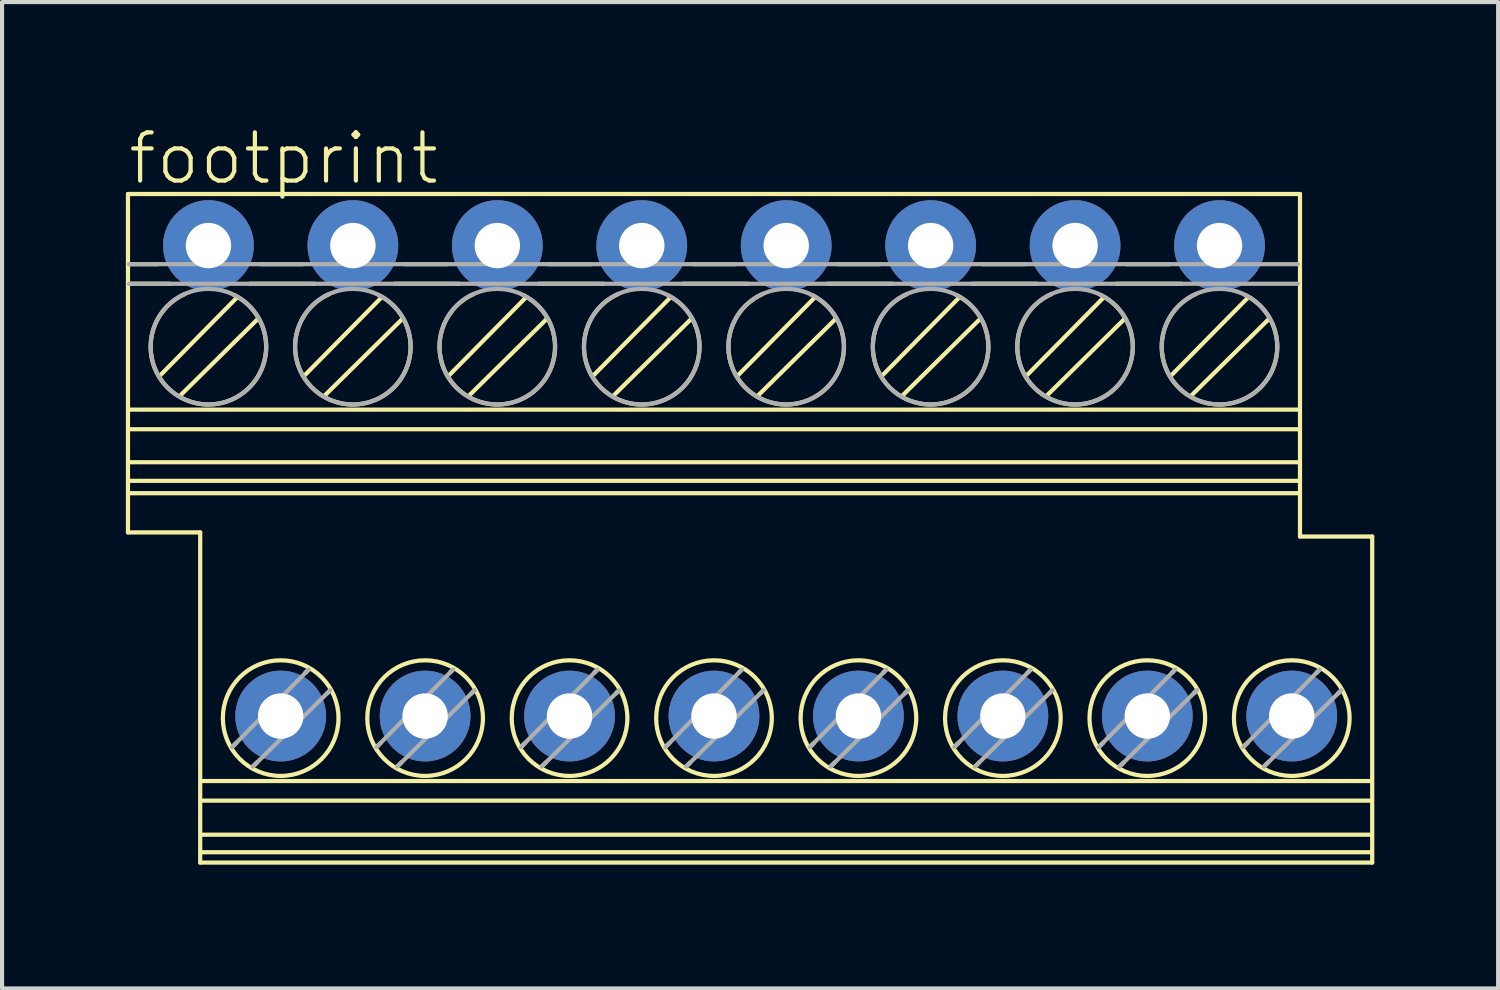
<source format=kicad_pcb>
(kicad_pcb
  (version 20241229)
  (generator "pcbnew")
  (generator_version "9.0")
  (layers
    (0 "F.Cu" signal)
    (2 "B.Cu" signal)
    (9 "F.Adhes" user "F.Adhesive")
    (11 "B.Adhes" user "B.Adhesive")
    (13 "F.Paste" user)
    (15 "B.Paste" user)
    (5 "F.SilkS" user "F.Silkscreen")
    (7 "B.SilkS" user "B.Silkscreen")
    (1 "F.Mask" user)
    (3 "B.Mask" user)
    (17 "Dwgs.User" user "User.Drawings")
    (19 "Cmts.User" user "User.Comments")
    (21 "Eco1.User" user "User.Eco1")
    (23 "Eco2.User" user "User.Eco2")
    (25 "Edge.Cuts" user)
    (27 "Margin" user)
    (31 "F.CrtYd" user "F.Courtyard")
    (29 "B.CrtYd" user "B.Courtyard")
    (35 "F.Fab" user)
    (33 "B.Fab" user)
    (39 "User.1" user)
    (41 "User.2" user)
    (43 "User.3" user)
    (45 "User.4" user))
  (footprint "footprint"
    (layer "F.Cu")
    (at 14.251 9.751)
    (property "Reference" "footprint" (at -14.251 -8.278 0) (layer "F.SilkS") (effects (font (size 1.168 1.168) (thickness 0.102)) (justify left bottom)))
    (fp_line (start -14.2 -8.1) (end 14.2 -8.1) (stroke (width 0.102) (type solid)) (layer "F.SilkS"))
    (fp_line (start -14.2 0.1) (end -14.2 -8.1) (stroke (width 0.102) (type solid)) (layer "F.SilkS"))
    (fp_line (start -14.175 -6.4) (end -13.475 -6.4) (stroke (width 0.102) (type solid)) (layer "F.SilkS"))
    (fp_line (start -14.175 -5.925) (end -13.175 -5.925) (stroke (width 0.102) (type solid)) (layer "F.SilkS"))
    (fp_line (start -14.15 -2.875) (end 14.175 -2.875) (stroke (width 0.102) (type solid)) (layer "F.SilkS"))
    (fp_line (start -14.15 -2.4) (end 14.175 -2.4) (stroke (width 0.102) (type solid)) (layer "F.SilkS"))
    (fp_line (start -14.15 -1.6) (end 14.175 -1.6) (stroke (width 0.102) (type solid)) (layer "F.SilkS"))
    (fp_line (start -14.15 -0.85) (end 14.175 -0.85) (stroke (width 0.102) (type solid)) (layer "F.SilkS"))
    (fp_line (start -13.425 -3.7) (end -11.575 -5.575) (stroke (width 0.102) (type solid)) (layer "F.SilkS"))
    (fp_line (start -12.925 -3.225) (end -11.05 -5.075) (stroke (width 0.102) (type solid)) (layer "F.SilkS"))
    (fp_line (start -12.45 0.1) (end -14.2 0.1) (stroke (width 0.102) (type solid)) (layer "F.SilkS"))
    (fp_line (start -12.45 8.1) (end -12.45 0.1) (stroke (width 0.102) (type solid)) (layer "F.SilkS"))
    (fp_line (start -12.4 6.125) (end 15.925 6.125) (stroke (width 0.102) (type solid)) (layer "F.SilkS"))
    (fp_line (start -12.4 6.6) (end 15.925 6.6) (stroke (width 0.102) (type solid)) (layer "F.SilkS"))
    (fp_line (start -12.4 7.425) (end 15.925 7.425) (stroke (width 0.102) (type solid)) (layer "F.SilkS"))
    (fp_line (start -12.4 7.85) (end 15.925 7.85) (stroke (width 0.102) (type solid)) (layer "F.SilkS"))
    (fp_line (start -11.675 5.3) (end -11.575 5.2) (stroke (width 0.102) (type solid)) (layer "F.SilkS"))
    (fp_line (start -11.25 -5.925) (end -9.675 -5.925) (stroke (width 0.102) (type solid)) (layer "F.SilkS"))
    (fp_line (start -11.175 5.775) (end -11.075 5.675) (stroke (width 0.102) (type solid)) (layer "F.SilkS"))
    (fp_line (start -11 -6.4) (end -9.975 -6.4) (stroke (width 0.102) (type solid)) (layer "F.SilkS"))
    (fp_line (start -9.925 -3.7) (end -8.075 -5.575) (stroke (width 0.102) (type solid)) (layer "F.SilkS"))
    (fp_line (start -9.9 3.5) (end -9.825 3.425) (stroke (width 0.102) (type solid)) (layer "F.SilkS"))
    (fp_line (start -9.425 -3.225) (end -7.55 -5.075) (stroke (width 0.102) (type solid)) (layer "F.SilkS"))
    (fp_line (start -9.375 4) (end -9.3 3.925) (stroke (width 0.102) (type solid)) (layer "F.SilkS"))
    (fp_line (start -8.175 5.3) (end -8.075 5.2) (stroke (width 0.102) (type solid)) (layer "F.SilkS"))
    (fp_line (start -7.75 -5.925) (end -6.175 -5.925) (stroke (width 0.102) (type solid)) (layer "F.SilkS"))
    (fp_line (start -7.675 5.775) (end -7.575 5.675) (stroke (width 0.102) (type solid)) (layer "F.SilkS"))
    (fp_line (start -7.5 -6.4) (end -6.475 -6.4) (stroke (width 0.102) (type solid)) (layer "F.SilkS"))
    (fp_line (start -6.425 -3.7) (end -4.575 -5.575) (stroke (width 0.102) (type solid)) (layer "F.SilkS"))
    (fp_line (start -6.4 3.5) (end -6.325 3.425) (stroke (width 0.102) (type solid)) (layer "F.SilkS"))
    (fp_line (start -5.925 -3.225) (end -4.05 -5.075) (stroke (width 0.102) (type solid)) (layer "F.SilkS"))
    (fp_line (start -5.875 4) (end -5.8 3.925) (stroke (width 0.102) (type solid)) (layer "F.SilkS"))
    (fp_line (start -4.675 5.3) (end -4.575 5.2) (stroke (width 0.102) (type solid)) (layer "F.SilkS"))
    (fp_line (start -4.25 -5.925) (end -2.675 -5.925) (stroke (width 0.102) (type solid)) (layer "F.SilkS"))
    (fp_line (start -4.175 5.775) (end -4.075 5.675) (stroke (width 0.102) (type solid)) (layer "F.SilkS"))
    (fp_line (start -4 -6.4) (end -2.975 -6.4) (stroke (width 0.102) (type solid)) (layer "F.SilkS"))
    (fp_line (start -2.925 -3.7) (end -1.075 -5.575) (stroke (width 0.102) (type solid)) (layer "F.SilkS"))
    (fp_line (start -2.9 3.5) (end -2.825 3.425) (stroke (width 0.102) (type solid)) (layer "F.SilkS"))
    (fp_line (start -2.425 -3.225) (end -0.55 -5.075) (stroke (width 0.102) (type solid)) (layer "F.SilkS"))
    (fp_line (start -2.375 4) (end -2.3 3.925) (stroke (width 0.102) (type solid)) (layer "F.SilkS"))
    (fp_line (start -1.175 5.3) (end -1.075 5.2) (stroke (width 0.102) (type solid)) (layer "F.SilkS"))
    (fp_line (start -0.75 -5.925) (end 0.825 -5.925) (stroke (width 0.102) (type solid)) (layer "F.SilkS"))
    (fp_line (start -0.675 5.775) (end -0.575 5.675) (stroke (width 0.102) (type solid)) (layer "F.SilkS"))
    (fp_line (start -0.5 -6.4) (end 0.525 -6.4) (stroke (width 0.102) (type solid)) (layer "F.SilkS"))
    (fp_line (start 0.575 -3.7) (end 2.425 -5.575) (stroke (width 0.102) (type solid)) (layer "F.SilkS"))
    (fp_line (start 0.6 3.5) (end 0.675 3.425) (stroke (width 0.102) (type solid)) (layer "F.SilkS"))
    (fp_line (start 1.075 -3.225) (end 2.95 -5.075) (stroke (width 0.102) (type solid)) (layer "F.SilkS"))
    (fp_line (start 1.125 4) (end 1.2 3.925) (stroke (width 0.102) (type solid)) (layer "F.SilkS"))
    (fp_line (start 2.325 5.3) (end 2.425 5.2) (stroke (width 0.102) (type solid)) (layer "F.SilkS"))
    (fp_line (start 2.75 -5.925) (end 4.325 -5.925) (stroke (width 0.102) (type solid)) (layer "F.SilkS"))
    (fp_line (start 2.825 5.775) (end 2.925 5.675) (stroke (width 0.102) (type solid)) (layer "F.SilkS"))
    (fp_line (start 3 -6.4) (end 4.025 -6.4) (stroke (width 0.102) (type solid)) (layer "F.SilkS"))
    (fp_line (start 4.075 -3.7) (end 5.925 -5.575) (stroke (width 0.102) (type solid)) (layer "F.SilkS"))
    (fp_line (start 4.1 3.5) (end 4.175 3.425) (stroke (width 0.102) (type solid)) (layer "F.SilkS"))
    (fp_line (start 4.575 -3.225) (end 6.45 -5.075) (stroke (width 0.102) (type solid)) (layer "F.SilkS"))
    (fp_line (start 4.625 4) (end 4.7 3.925) (stroke (width 0.102) (type solid)) (layer "F.SilkS"))
    (fp_line (start 5.825 5.3) (end 5.925 5.2) (stroke (width 0.102) (type solid)) (layer "F.SilkS"))
    (fp_line (start 6.25 -5.925) (end 7.825 -5.925) (stroke (width 0.102) (type solid)) (layer "F.SilkS"))
    (fp_line (start 6.325 5.775) (end 6.425 5.675) (stroke (width 0.102) (type solid)) (layer "F.SilkS"))
    (fp_line (start 6.5 -6.4) (end 7.525 -6.4) (stroke (width 0.102) (type solid)) (layer "F.SilkS"))
    (fp_line (start 7.575 -3.7) (end 9.425 -5.575) (stroke (width 0.102) (type solid)) (layer "F.SilkS"))
    (fp_line (start 7.6 3.5) (end 7.675 3.425) (stroke (width 0.102) (type solid)) (layer "F.SilkS"))
    (fp_line (start 8.075 -3.225) (end 9.95 -5.075) (stroke (width 0.102) (type solid)) (layer "F.SilkS"))
    (fp_line (start 8.125 4) (end 8.2 3.925) (stroke (width 0.102) (type solid)) (layer "F.SilkS"))
    (fp_line (start 9.325 5.3) (end 9.425 5.2) (stroke (width 0.102) (type solid)) (layer "F.SilkS"))
    (fp_line (start 9.75 -5.925) (end 11.325 -5.925) (stroke (width 0.102) (type solid)) (layer "F.SilkS"))
    (fp_line (start 9.825 5.775) (end 9.925 5.675) (stroke (width 0.102) (type solid)) (layer "F.SilkS"))
    (fp_line (start 10 -6.4) (end 11.025 -6.4) (stroke (width 0.102) (type solid)) (layer "F.SilkS"))
    (fp_line (start 11.075 -3.7) (end 12.925 -5.575) (stroke (width 0.102) (type solid)) (layer "F.SilkS"))
    (fp_line (start 11.1 3.5) (end 11.175 3.425) (stroke (width 0.102) (type solid)) (layer "F.SilkS"))
    (fp_line (start 11.575 -3.225) (end 13.45 -5.075) (stroke (width 0.102) (type solid)) (layer "F.SilkS"))
    (fp_line (start 11.625 4) (end 11.7 3.925) (stroke (width 0.102) (type solid)) (layer "F.SilkS"))
    (fp_line (start 12.825 5.3) (end 12.925 5.2) (stroke (width 0.102) (type solid)) (layer "F.SilkS"))
    (fp_line (start 13.325 5.775) (end 13.425 5.675) (stroke (width 0.102) (type solid)) (layer "F.SilkS"))
    (fp_line (start 14.175 -1.15) (end -14.15 -1.15) (stroke (width 0.102) (type solid)) (layer "F.SilkS"))
    (fp_line (start 14.2 -8.1) (end 14.2 0.2) (stroke (width 0.102) (type solid)) (layer "F.SilkS"))
    (fp_line (start 14.2 0.2) (end 15.95 0.2) (stroke (width 0.102) (type solid)) (layer "F.SilkS"))
    (fp_line (start 14.6 3.5) (end 14.675 3.425) (stroke (width 0.102) (type solid)) (layer "F.SilkS"))
    (fp_line (start 15.125 4) (end 15.2 3.925) (stroke (width 0.102) (type solid)) (layer "F.SilkS"))
    (fp_line (start 15.95 0.2) (end 15.95 8.1) (stroke (width 0.102) (type solid)) (layer "F.SilkS"))
    (fp_line (start 15.95 8.1) (end -12.45 8.1) (stroke (width 0.102) (type solid)) (layer "F.SilkS"))
    (fp_arc (start -11.624999 -5.65) (mid -12.280481 -2.999357) (end -12.825 -5.675) (stroke (width 0.1016) (type solid)) (layer "F.SilkS"))
    (fp_arc (start -8.124999 -5.65) (mid -8.780481 -2.999357) (end -9.325 -5.675) (stroke (width 0.1016) (type solid)) (layer "F.SilkS"))
    (fp_arc (start -4.624999 -5.65) (mid -5.280481 -2.999357) (end -5.825 -5.675) (stroke (width 0.1016) (type solid)) (layer "F.SilkS"))
    (fp_arc (start -1.124999 -5.65) (mid -1.780481 -2.999357) (end -2.325 -5.675) (stroke (width 0.1016) (type solid)) (layer "F.SilkS"))
    (fp_arc (start 2.375001 -5.65) (mid 1.719517 -2.999357) (end 1.175 -5.675) (stroke (width 0.1016) (type solid)) (layer "F.SilkS"))
    (fp_arc (start 5.875001 -5.65) (mid 5.219517 -2.999357) (end 4.675 -5.675) (stroke (width 0.1016) (type solid)) (layer "F.SilkS"))
    (fp_arc (start 9.375001 -5.65) (mid 8.719517 -2.999357) (end 8.175 -5.675) (stroke (width 0.1016) (type solid)) (layer "F.SilkS"))
    (fp_arc (start 12.875001 -5.65) (mid 12.219517 -2.999357) (end 11.675 -5.675) (stroke (width 0.1016) (type solid)) (layer "F.SilkS"))
    (fp_circle (center -10.5 4.6) (end -9.099 4.6) (stroke (width 0.102) (type solid)) (fill no) (layer "F.SilkS"))
    (fp_circle (center -7 4.6) (end -5.599 4.6) (stroke (width 0.102) (type solid)) (fill no) (layer "F.SilkS"))
    (fp_circle (center -3.5 4.6) (end -2.099 4.6) (stroke (width 0.102) (type solid)) (fill no) (layer "F.SilkS"))
    (fp_circle (center 0 4.6) (end 1.401 4.6) (stroke (width 0.102) (type solid)) (fill no) (layer "F.SilkS"))
    (fp_circle (center 3.5 4.6) (end 4.901 4.6) (stroke (width 0.102) (type solid)) (fill no) (layer "F.SilkS"))
    (fp_circle (center 7 4.6) (end 8.401 4.6) (stroke (width 0.102) (type solid)) (fill no) (layer "F.SilkS"))
    (fp_circle (center 10.5 4.6) (end 11.901 4.6) (stroke (width 0.102) (type solid)) (fill no) (layer "F.SilkS"))
    (fp_circle (center 14 4.6) (end 15.401 4.6) (stroke (width 0.102) (type solid)) (fill no) (layer "F.SilkS"))
    (fp_line (start -14.175 -6.4) (end 14.15 -6.4) (stroke (width 0.102) (type solid)) (layer "F.Fab"))
    (fp_line (start -14.175 -5.925) (end 14.15 -5.925) (stroke (width 0.102) (type solid)) (layer "F.Fab"))
    (fp_line (start -11.675 5.3) (end -9.825 3.425) (stroke (width 0.102) (type solid)) (layer "F.Fab"))
    (fp_line (start -11.175 5.775) (end -9.3 3.925) (stroke (width 0.102) (type solid)) (layer "F.Fab"))
    (fp_line (start -8.175 5.3) (end -6.325 3.425) (stroke (width 0.102) (type solid)) (layer "F.Fab"))
    (fp_line (start -7.675 5.775) (end -5.8 3.925) (stroke (width 0.102) (type solid)) (layer "F.Fab"))
    (fp_line (start -4.675 5.3) (end -2.825 3.425) (stroke (width 0.102) (type solid)) (layer "F.Fab"))
    (fp_line (start -4.175 5.775) (end -2.3 3.925) (stroke (width 0.102) (type solid)) (layer "F.Fab"))
    (fp_line (start -1.175 5.3) (end 0.675 3.425) (stroke (width 0.102) (type solid)) (layer "F.Fab"))
    (fp_line (start -0.675 5.775) (end 1.2 3.925) (stroke (width 0.102) (type solid)) (layer "F.Fab"))
    (fp_line (start 2.325 5.3) (end 4.175 3.425) (stroke (width 0.102) (type solid)) (layer "F.Fab"))
    (fp_line (start 2.825 5.775) (end 4.7 3.925) (stroke (width 0.102) (type solid)) (layer "F.Fab"))
    (fp_line (start 5.825 5.3) (end 7.675 3.425) (stroke (width 0.102) (type solid)) (layer "F.Fab"))
    (fp_line (start 6.325 5.775) (end 8.2 3.925) (stroke (width 0.102) (type solid)) (layer "F.Fab"))
    (fp_line (start 9.325 5.3) (end 11.175 3.425) (stroke (width 0.102) (type solid)) (layer "F.Fab"))
    (fp_line (start 9.825 5.775) (end 11.7 3.925) (stroke (width 0.102) (type solid)) (layer "F.Fab"))
    (fp_line (start 12.825 5.3) (end 14.675 3.425) (stroke (width 0.102) (type solid)) (layer "F.Fab"))
    (fp_line (start 13.325 5.775) (end 15.2 3.925) (stroke (width 0.102) (type solid)) (layer "F.Fab"))
    (fp_circle (center -12.25 -4.4) (end -10.849 -4.4) (stroke (width 0.102) (type solid)) (fill no) (layer "F.Fab"))
    (fp_circle (center -8.75 -4.4) (end -7.349 -4.4) (stroke (width 0.102) (type solid)) (fill no) (layer "F.Fab"))
    (fp_circle (center -5.25 -4.4) (end -3.849 -4.4) (stroke (width 0.102) (type solid)) (fill no) (layer "F.Fab"))
    (fp_circle (center -1.75 -4.4) (end -0.349 -4.4) (stroke (width 0.102) (type solid)) (fill no) (layer "F.Fab"))
    (fp_circle (center 1.75 -4.4) (end 3.151 -4.4) (stroke (width 0.102) (type solid)) (fill no) (layer "F.Fab"))
    (fp_circle (center 5.25 -4.4) (end 6.651 -4.4) (stroke (width 0.102) (type solid)) (fill no) (layer "F.Fab"))
    (fp_circle (center 8.75 -4.4) (end 10.151 -4.4) (stroke (width 0.102) (type solid)) (fill no) (layer "F.Fab"))
    (fp_circle (center 12.25 -4.4) (end 13.651 -4.4) (stroke (width 0.102) (type solid)) (fill no) (layer "F.Fab"))
    (pad "1" thru_hole circle (at -12.25 -6.85) (size 2.2 2.2) (drill 1.1) (layers "*.Cu" "*.Mask"))
    (pad "2" thru_hole circle (at -10.5 4.55) (size 2.2 2.2) (drill 1.1) (layers "*.Cu" "*.Mask"))
    (pad "3" thru_hole circle (at -8.75 -6.85) (size 2.2 2.2) (drill 1.1) (layers "*.Cu" "*.Mask"))
    (pad "4" thru_hole circle (at -7 4.55) (size 2.2 2.2) (drill 1.1) (layers "*.Cu" "*.Mask"))
    (pad "5" thru_hole circle (at -5.25 -6.85) (size 2.2 2.2) (drill 1.1) (layers "*.Cu" "*.Mask"))
    (pad "6" thru_hole circle (at -3.5 4.55) (size 2.2 2.2) (drill 1.1) (layers "*.Cu" "*.Mask"))
    (pad "7" thru_hole circle (at -1.75 -6.85) (size 2.2 2.2) (drill 1.1) (layers "*.Cu" "*.Mask"))
    (pad "8" thru_hole circle (at 0 4.55) (size 2.2 2.2) (drill 1.1) (layers "*.Cu" "*.Mask"))
    (pad "9" thru_hole circle (at 1.75 -6.85) (size 2.2 2.2) (drill 1.1) (layers "*.Cu" "*.Mask"))
    (pad "10" thru_hole circle (at 3.5 4.55) (size 2.2 2.2) (drill 1.1) (layers "*.Cu" "*.Mask"))
    (pad "11" thru_hole circle (at 5.25 -6.85) (size 2.2 2.2) (drill 1.1) (layers "*.Cu" "*.Mask"))
    (pad "12" thru_hole circle (at 7 4.55) (size 2.2 2.2) (drill 1.1) (layers "*.Cu" "*.Mask"))
    (pad "13" thru_hole circle (at 8.75 -6.85) (size 2.2 2.2) (drill 1.1) (layers "*.Cu" "*.Mask"))
    (pad "14" thru_hole circle (at 10.5 4.55) (size 2.2 2.2) (drill 1.1) (layers "*.Cu" "*.Mask"))
    (pad "15" thru_hole circle (at 12.25 -6.85) (size 2.2 2.2) (drill 1.1) (layers "*.Cu" "*.Mask"))
    (pad "16" thru_hole circle (at 14 4.55) (size 2.2 2.2) (drill 1.1) (layers "*.Cu" "*.Mask")))
  (gr_rect
    (start -3 -3)
    (end 33.252 20.902)
    (stroke (width 0.1) (type default))
    (fill no)
    (layer "Edge.Cuts")))
</source>
